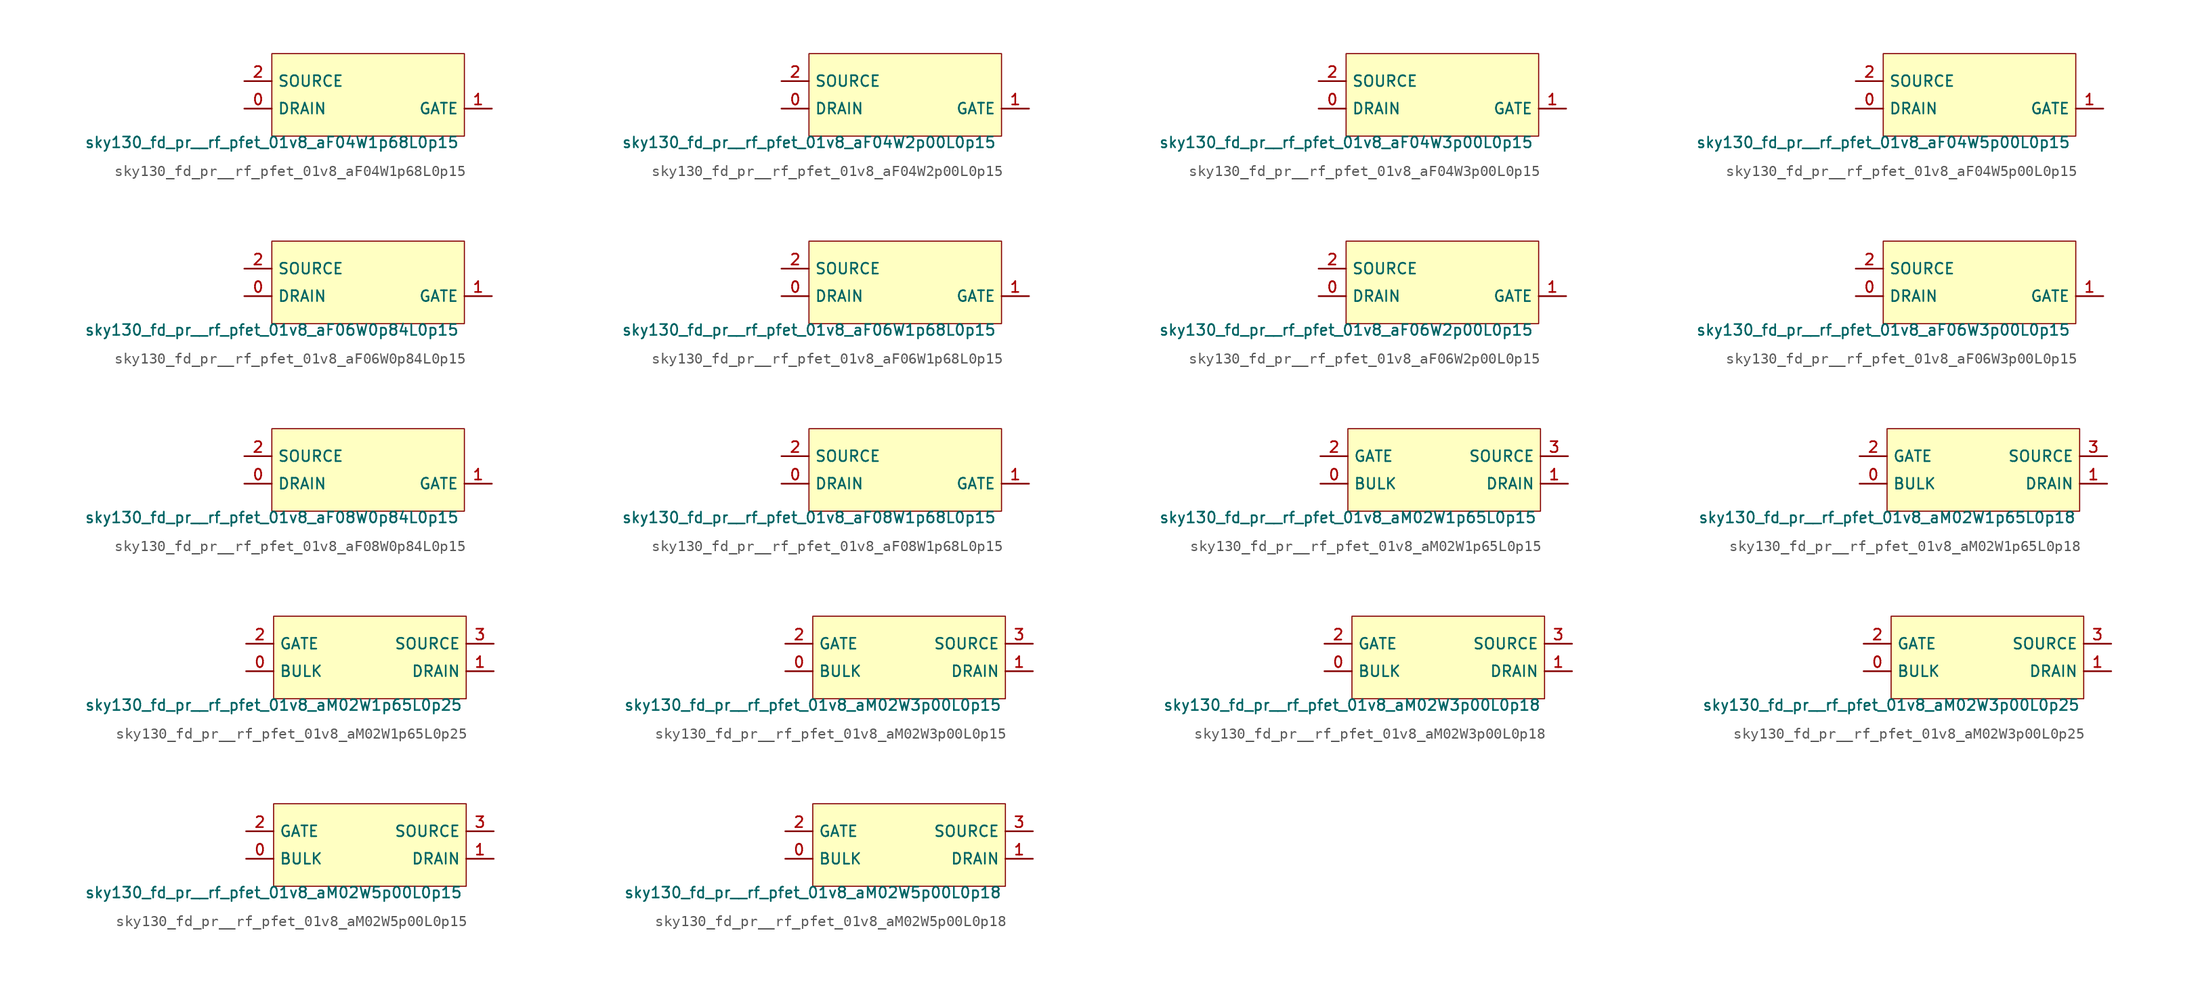
<source format=kicad_sym>
(kicad_symbol_lib
  (version 20211014)
  (generator lef2kicad_sym)
  (symbol "sky130_fd_pr__rf_pfet_01v8_aF04W1p68L0p15"
    (property "Reference" "X"
      (at 0 0 0)
      (effects (font (size 1 1)) hide))
    (property "Value" "sky130_fd_pr__rf_pfet_01v8_aF04W1p68L0p15"
      (at -8.89 -3.81 0)
      (effects (font (size 1 1)) (justify top)))
    (rectangle
      (start -8.89 -3.81)
      (end 8.89 3.81)
      (stroke (width 0.1) (type solid) (color 0 0 0 0))
      (fill (type background)))
    (pin bidirectional line
      (at -11.43 -1.27 0)
      (length 2.54)
      (name "DRAIN" (effects (font (size 1 1)) hide))
      (number "0" (effects (font (size 1 1)) hide)))
    (pin bidirectional line
      (at 11.43 -1.27 180)
      (length 2.54)
      (name "GATE" (effects (font (size 1 1)) hide))
      (number "1" (effects (font (size 1 1)) hide)))
    (pin bidirectional line
      (at -11.43 1.27 0)
      (length 2.54)
      (name "SOURCE" (effects (font (size 1 1)) hide))
      (number "2" (effects (font (size 1 1)) hide))))
  (symbol "sky130_fd_pr__rf_pfet_01v8_aF04W2p00L0p15"
    (property "Reference" "X"
      (at 0 0 0)
      (effects (font (size 1 1)) hide))
    (property "Value" "sky130_fd_pr__rf_pfet_01v8_aF04W2p00L0p15"
      (at -8.89 -3.81 0)
      (effects (font (size 1 1)) (justify top)))
    (rectangle
      (start -8.89 -3.81)
      (end 8.89 3.81)
      (stroke (width 0.1) (type solid) (color 0 0 0 0))
      (fill (type background)))
    (pin bidirectional line
      (at -11.43 -1.27 0)
      (length 2.54)
      (name "DRAIN" (effects (font (size 1 1)) hide))
      (number "0" (effects (font (size 1 1)) hide)))
    (pin bidirectional line
      (at 11.43 -1.27 180)
      (length 2.54)
      (name "GATE" (effects (font (size 1 1)) hide))
      (number "1" (effects (font (size 1 1)) hide)))
    (pin bidirectional line
      (at -11.43 1.27 0)
      (length 2.54)
      (name "SOURCE" (effects (font (size 1 1)) hide))
      (number "2" (effects (font (size 1 1)) hide))))
  (symbol "sky130_fd_pr__rf_pfet_01v8_aF04W3p00L0p15"
    (property "Reference" "X"
      (at 0 0 0)
      (effects (font (size 1 1)) hide))
    (property "Value" "sky130_fd_pr__rf_pfet_01v8_aF04W3p00L0p15"
      (at -8.89 -3.81 0)
      (effects (font (size 1 1)) (justify top)))
    (rectangle
      (start -8.89 -3.81)
      (end 8.89 3.81)
      (stroke (width 0.1) (type solid) (color 0 0 0 0))
      (fill (type background)))
    (pin bidirectional line
      (at -11.43 -1.27 0)
      (length 2.54)
      (name "DRAIN" (effects (font (size 1 1)) hide))
      (number "0" (effects (font (size 1 1)) hide)))
    (pin bidirectional line
      (at 11.43 -1.27 180)
      (length 2.54)
      (name "GATE" (effects (font (size 1 1)) hide))
      (number "1" (effects (font (size 1 1)) hide)))
    (pin bidirectional line
      (at -11.43 1.27 0)
      (length 2.54)
      (name "SOURCE" (effects (font (size 1 1)) hide))
      (number "2" (effects (font (size 1 1)) hide))))
  (symbol "sky130_fd_pr__rf_pfet_01v8_aF04W5p00L0p15"
    (property "Reference" "X"
      (at 0 0 0)
      (effects (font (size 1 1)) hide))
    (property "Value" "sky130_fd_pr__rf_pfet_01v8_aF04W5p00L0p15"
      (at -8.89 -3.81 0)
      (effects (font (size 1 1)) (justify top)))
    (rectangle
      (start -8.89 -3.81)
      (end 8.89 3.81)
      (stroke (width 0.1) (type solid) (color 0 0 0 0))
      (fill (type background)))
    (pin bidirectional line
      (at -11.43 -1.27 0)
      (length 2.54)
      (name "DRAIN" (effects (font (size 1 1)) hide))
      (number "0" (effects (font (size 1 1)) hide)))
    (pin bidirectional line
      (at 11.43 -1.27 180)
      (length 2.54)
      (name "GATE" (effects (font (size 1 1)) hide))
      (number "1" (effects (font (size 1 1)) hide)))
    (pin bidirectional line
      (at -11.43 1.27 0)
      (length 2.54)
      (name "SOURCE" (effects (font (size 1 1)) hide))
      (number "2" (effects (font (size 1 1)) hide))))
  (symbol "sky130_fd_pr__rf_pfet_01v8_aF06W0p84L0p15"
    (property "Reference" "X"
      (at 0 0 0)
      (effects (font (size 1 1)) hide))
    (property "Value" "sky130_fd_pr__rf_pfet_01v8_aF06W0p84L0p15"
      (at -8.89 -3.81 0)
      (effects (font (size 1 1)) (justify top)))
    (rectangle
      (start -8.89 -3.81)
      (end 8.89 3.81)
      (stroke (width 0.1) (type solid) (color 0 0 0 0))
      (fill (type background)))
    (pin bidirectional line
      (at -11.43 -1.27 0)
      (length 2.54)
      (name "DRAIN" (effects (font (size 1 1)) hide))
      (number "0" (effects (font (size 1 1)) hide)))
    (pin bidirectional line
      (at 11.43 -1.27 180)
      (length 2.54)
      (name "GATE" (effects (font (size 1 1)) hide))
      (number "1" (effects (font (size 1 1)) hide)))
    (pin bidirectional line
      (at -11.43 1.27 0)
      (length 2.54)
      (name "SOURCE" (effects (font (size 1 1)) hide))
      (number "2" (effects (font (size 1 1)) hide))))
  (symbol "sky130_fd_pr__rf_pfet_01v8_aF06W1p68L0p15"
    (property "Reference" "X"
      (at 0 0 0)
      (effects (font (size 1 1)) hide))
    (property "Value" "sky130_fd_pr__rf_pfet_01v8_aF06W1p68L0p15"
      (at -8.89 -3.81 0)
      (effects (font (size 1 1)) (justify top)))
    (rectangle
      (start -8.89 -3.81)
      (end 8.89 3.81)
      (stroke (width 0.1) (type solid) (color 0 0 0 0))
      (fill (type background)))
    (pin bidirectional line
      (at -11.43 -1.27 0)
      (length 2.54)
      (name "DRAIN" (effects (font (size 1 1)) hide))
      (number "0" (effects (font (size 1 1)) hide)))
    (pin bidirectional line
      (at 11.43 -1.27 180)
      (length 2.54)
      (name "GATE" (effects (font (size 1 1)) hide))
      (number "1" (effects (font (size 1 1)) hide)))
    (pin bidirectional line
      (at -11.43 1.27 0)
      (length 2.54)
      (name "SOURCE" (effects (font (size 1 1)) hide))
      (number "2" (effects (font (size 1 1)) hide))))
  (symbol "sky130_fd_pr__rf_pfet_01v8_aF06W2p00L0p15"
    (property "Reference" "X"
      (at 0 0 0)
      (effects (font (size 1 1)) hide))
    (property "Value" "sky130_fd_pr__rf_pfet_01v8_aF06W2p00L0p15"
      (at -8.89 -3.81 0)
      (effects (font (size 1 1)) (justify top)))
    (rectangle
      (start -8.89 -3.81)
      (end 8.89 3.81)
      (stroke (width 0.1) (type solid) (color 0 0 0 0))
      (fill (type background)))
    (pin bidirectional line
      (at -11.43 -1.27 0)
      (length 2.54)
      (name "DRAIN" (effects (font (size 1 1)) hide))
      (number "0" (effects (font (size 1 1)) hide)))
    (pin bidirectional line
      (at 11.43 -1.27 180)
      (length 2.54)
      (name "GATE" (effects (font (size 1 1)) hide))
      (number "1" (effects (font (size 1 1)) hide)))
    (pin bidirectional line
      (at -11.43 1.27 0)
      (length 2.54)
      (name "SOURCE" (effects (font (size 1 1)) hide))
      (number "2" (effects (font (size 1 1)) hide))))
  (symbol "sky130_fd_pr__rf_pfet_01v8_aF06W3p00L0p15"
    (property "Reference" "X"
      (at 0 0 0)
      (effects (font (size 1 1)) hide))
    (property "Value" "sky130_fd_pr__rf_pfet_01v8_aF06W3p00L0p15"
      (at -8.89 -3.81 0)
      (effects (font (size 1 1)) (justify top)))
    (rectangle
      (start -8.89 -3.81)
      (end 8.89 3.81)
      (stroke (width 0.1) (type solid) (color 0 0 0 0))
      (fill (type background)))
    (pin bidirectional line
      (at -11.43 -1.27 0)
      (length 2.54)
      (name "DRAIN" (effects (font (size 1 1)) hide))
      (number "0" (effects (font (size 1 1)) hide)))
    (pin bidirectional line
      (at 11.43 -1.27 180)
      (length 2.54)
      (name "GATE" (effects (font (size 1 1)) hide))
      (number "1" (effects (font (size 1 1)) hide)))
    (pin bidirectional line
      (at -11.43 1.27 0)
      (length 2.54)
      (name "SOURCE" (effects (font (size 1 1)) hide))
      (number "2" (effects (font (size 1 1)) hide))))
  (symbol "sky130_fd_pr__rf_pfet_01v8_aF08W0p84L0p15"
    (property "Reference" "X"
      (at 0 0 0)
      (effects (font (size 1 1)) hide))
    (property "Value" "sky130_fd_pr__rf_pfet_01v8_aF08W0p84L0p15"
      (at -8.89 -3.81 0)
      (effects (font (size 1 1)) (justify top)))
    (rectangle
      (start -8.89 -3.81)
      (end 8.89 3.81)
      (stroke (width 0.1) (type solid) (color 0 0 0 0))
      (fill (type background)))
    (pin bidirectional line
      (at -11.43 -1.27 0)
      (length 2.54)
      (name "DRAIN" (effects (font (size 1 1)) hide))
      (number "0" (effects (font (size 1 1)) hide)))
    (pin bidirectional line
      (at 11.43 -1.27 180)
      (length 2.54)
      (name "GATE" (effects (font (size 1 1)) hide))
      (number "1" (effects (font (size 1 1)) hide)))
    (pin bidirectional line
      (at -11.43 1.27 0)
      (length 2.54)
      (name "SOURCE" (effects (font (size 1 1)) hide))
      (number "2" (effects (font (size 1 1)) hide))))
  (symbol "sky130_fd_pr__rf_pfet_01v8_aF08W1p68L0p15"
    (property "Reference" "X"
      (at 0 0 0)
      (effects (font (size 1 1)) hide))
    (property "Value" "sky130_fd_pr__rf_pfet_01v8_aF08W1p68L0p15"
      (at -8.89 -3.81 0)
      (effects (font (size 1 1)) (justify top)))
    (rectangle
      (start -8.89 -3.81)
      (end 8.89 3.81)
      (stroke (width 0.1) (type solid) (color 0 0 0 0))
      (fill (type background)))
    (pin bidirectional line
      (at -11.43 -1.27 0)
      (length 2.54)
      (name "DRAIN" (effects (font (size 1 1)) hide))
      (number "0" (effects (font (size 1 1)) hide)))
    (pin bidirectional line
      (at 11.43 -1.27 180)
      (length 2.54)
      (name "GATE" (effects (font (size 1 1)) hide))
      (number "1" (effects (font (size 1 1)) hide)))
    (pin bidirectional line
      (at -11.43 1.27 0)
      (length 2.54)
      (name "SOURCE" (effects (font (size 1 1)) hide))
      (number "2" (effects (font (size 1 1)) hide))))
  (symbol "sky130_fd_pr__rf_pfet_01v8_aM02W1p65L0p15"
    (property "Reference" "X"
      (at 0 0 0)
      (effects (font (size 1 1)) hide))
    (property "Value" "sky130_fd_pr__rf_pfet_01v8_aM02W1p65L0p15"
      (at -8.89 -3.81 0)
      (effects (font (size 1 1)) (justify top)))
    (rectangle
      (start -8.89 -3.81)
      (end 8.89 3.81)
      (stroke (width 0.1) (type solid) (color 0 0 0 0))
      (fill (type background)))
    (pin bidirectional line
      (at -11.43 -1.27 0)
      (length 2.54)
      (name "BULK" (effects (font (size 1 1)) hide))
      (number "0" (effects (font (size 1 1)) hide)))
    (pin bidirectional line
      (at 11.43 -1.27 180)
      (length 2.54)
      (name "DRAIN" (effects (font (size 1 1)) hide))
      (number "1" (effects (font (size 1 1)) hide)))
    (pin bidirectional line
      (at -11.43 1.27 0)
      (length 2.54)
      (name "GATE" (effects (font (size 1 1)) hide))
      (number "2" (effects (font (size 1 1)) hide)))
    (pin bidirectional line
      (at 11.43 1.27 180)
      (length 2.54)
      (name "SOURCE" (effects (font (size 1 1)) hide))
      (number "3" (effects (font (size 1 1)) hide))))
  (symbol "sky130_fd_pr__rf_pfet_01v8_aM02W1p65L0p18"
    (property "Reference" "X"
      (at 0 0 0)
      (effects (font (size 1 1)) hide))
    (property "Value" "sky130_fd_pr__rf_pfet_01v8_aM02W1p65L0p18"
      (at -8.89 -3.81 0)
      (effects (font (size 1 1)) (justify top)))
    (rectangle
      (start -8.89 -3.81)
      (end 8.89 3.81)
      (stroke (width 0.1) (type solid) (color 0 0 0 0))
      (fill (type background)))
    (pin bidirectional line
      (at -11.43 -1.27 0)
      (length 2.54)
      (name "BULK" (effects (font (size 1 1)) hide))
      (number "0" (effects (font (size 1 1)) hide)))
    (pin bidirectional line
      (at 11.43 -1.27 180)
      (length 2.54)
      (name "DRAIN" (effects (font (size 1 1)) hide))
      (number "1" (effects (font (size 1 1)) hide)))
    (pin bidirectional line
      (at -11.43 1.27 0)
      (length 2.54)
      (name "GATE" (effects (font (size 1 1)) hide))
      (number "2" (effects (font (size 1 1)) hide)))
    (pin bidirectional line
      (at 11.43 1.27 180)
      (length 2.54)
      (name "SOURCE" (effects (font (size 1 1)) hide))
      (number "3" (effects (font (size 1 1)) hide))))
  (symbol "sky130_fd_pr__rf_pfet_01v8_aM02W1p65L0p25"
    (property "Reference" "X"
      (at 0 0 0)
      (effects (font (size 1 1)) hide))
    (property "Value" "sky130_fd_pr__rf_pfet_01v8_aM02W1p65L0p25"
      (at -8.89 -3.81 0)
      (effects (font (size 1 1)) (justify top)))
    (rectangle
      (start -8.89 -3.81)
      (end 8.89 3.81)
      (stroke (width 0.1) (type solid) (color 0 0 0 0))
      (fill (type background)))
    (pin bidirectional line
      (at -11.43 -1.27 0)
      (length 2.54)
      (name "BULK" (effects (font (size 1 1)) hide))
      (number "0" (effects (font (size 1 1)) hide)))
    (pin bidirectional line
      (at 11.43 -1.27 180)
      (length 2.54)
      (name "DRAIN" (effects (font (size 1 1)) hide))
      (number "1" (effects (font (size 1 1)) hide)))
    (pin bidirectional line
      (at -11.43 1.27 0)
      (length 2.54)
      (name "GATE" (effects (font (size 1 1)) hide))
      (number "2" (effects (font (size 1 1)) hide)))
    (pin bidirectional line
      (at 11.43 1.27 180)
      (length 2.54)
      (name "SOURCE" (effects (font (size 1 1)) hide))
      (number "3" (effects (font (size 1 1)) hide))))
  (symbol "sky130_fd_pr__rf_pfet_01v8_aM02W3p00L0p15"
    (property "Reference" "X"
      (at 0 0 0)
      (effects (font (size 1 1)) hide))
    (property "Value" "sky130_fd_pr__rf_pfet_01v8_aM02W3p00L0p15"
      (at -8.89 -3.81 0)
      (effects (font (size 1 1)) (justify top)))
    (rectangle
      (start -8.89 -3.81)
      (end 8.89 3.81)
      (stroke (width 0.1) (type solid) (color 0 0 0 0))
      (fill (type background)))
    (pin bidirectional line
      (at -11.43 -1.27 0)
      (length 2.54)
      (name "BULK" (effects (font (size 1 1)) hide))
      (number "0" (effects (font (size 1 1)) hide)))
    (pin bidirectional line
      (at 11.43 -1.27 180)
      (length 2.54)
      (name "DRAIN" (effects (font (size 1 1)) hide))
      (number "1" (effects (font (size 1 1)) hide)))
    (pin bidirectional line
      (at -11.43 1.27 0)
      (length 2.54)
      (name "GATE" (effects (font (size 1 1)) hide))
      (number "2" (effects (font (size 1 1)) hide)))
    (pin bidirectional line
      (at 11.43 1.27 180)
      (length 2.54)
      (name "SOURCE" (effects (font (size 1 1)) hide))
      (number "3" (effects (font (size 1 1)) hide))))
  (symbol "sky130_fd_pr__rf_pfet_01v8_aM02W3p00L0p18"
    (property "Reference" "X"
      (at 0 0 0)
      (effects (font (size 1 1)) hide))
    (property "Value" "sky130_fd_pr__rf_pfet_01v8_aM02W3p00L0p18"
      (at -8.89 -3.81 0)
      (effects (font (size 1 1)) (justify top)))
    (rectangle
      (start -8.89 -3.81)
      (end 8.89 3.81)
      (stroke (width 0.1) (type solid) (color 0 0 0 0))
      (fill (type background)))
    (pin bidirectional line
      (at -11.43 -1.27 0)
      (length 2.54)
      (name "BULK" (effects (font (size 1 1)) hide))
      (number "0" (effects (font (size 1 1)) hide)))
    (pin bidirectional line
      (at 11.43 -1.27 180)
      (length 2.54)
      (name "DRAIN" (effects (font (size 1 1)) hide))
      (number "1" (effects (font (size 1 1)) hide)))
    (pin bidirectional line
      (at -11.43 1.27 0)
      (length 2.54)
      (name "GATE" (effects (font (size 1 1)) hide))
      (number "2" (effects (font (size 1 1)) hide)))
    (pin bidirectional line
      (at 11.43 1.27 180)
      (length 2.54)
      (name "SOURCE" (effects (font (size 1 1)) hide))
      (number "3" (effects (font (size 1 1)) hide))))
  (symbol "sky130_fd_pr__rf_pfet_01v8_aM02W3p00L0p25"
    (property "Reference" "X"
      (at 0 0 0)
      (effects (font (size 1 1)) hide))
    (property "Value" "sky130_fd_pr__rf_pfet_01v8_aM02W3p00L0p25"
      (at -8.89 -3.81 0)
      (effects (font (size 1 1)) (justify top)))
    (rectangle
      (start -8.89 -3.81)
      (end 8.89 3.81)
      (stroke (width 0.1) (type solid) (color 0 0 0 0))
      (fill (type background)))
    (pin bidirectional line
      (at -11.43 -1.27 0)
      (length 2.54)
      (name "BULK" (effects (font (size 1 1)) hide))
      (number "0" (effects (font (size 1 1)) hide)))
    (pin bidirectional line
      (at 11.43 -1.27 180)
      (length 2.54)
      (name "DRAIN" (effects (font (size 1 1)) hide))
      (number "1" (effects (font (size 1 1)) hide)))
    (pin bidirectional line
      (at -11.43 1.27 0)
      (length 2.54)
      (name "GATE" (effects (font (size 1 1)) hide))
      (number "2" (effects (font (size 1 1)) hide)))
    (pin bidirectional line
      (at 11.43 1.27 180)
      (length 2.54)
      (name "SOURCE" (effects (font (size 1 1)) hide))
      (number "3" (effects (font (size 1 1)) hide))))
  (symbol "sky130_fd_pr__rf_pfet_01v8_aM02W5p00L0p15"
    (property "Reference" "X"
      (at 0 0 0)
      (effects (font (size 1 1)) hide))
    (property "Value" "sky130_fd_pr__rf_pfet_01v8_aM02W5p00L0p15"
      (at -8.89 -3.81 0)
      (effects (font (size 1 1)) (justify top)))
    (rectangle
      (start -8.89 -3.81)
      (end 8.89 3.81)
      (stroke (width 0.1) (type solid) (color 0 0 0 0))
      (fill (type background)))
    (pin bidirectional line
      (at -11.43 -1.27 0)
      (length 2.54)
      (name "BULK" (effects (font (size 1 1)) hide))
      (number "0" (effects (font (size 1 1)) hide)))
    (pin bidirectional line
      (at 11.43 -1.27 180)
      (length 2.54)
      (name "DRAIN" (effects (font (size 1 1)) hide))
      (number "1" (effects (font (size 1 1)) hide)))
    (pin bidirectional line
      (at -11.43 1.27 0)
      (length 2.54)
      (name "GATE" (effects (font (size 1 1)) hide))
      (number "2" (effects (font (size 1 1)) hide)))
    (pin bidirectional line
      (at 11.43 1.27 180)
      (length 2.54)
      (name "SOURCE" (effects (font (size 1 1)) hide))
      (number "3" (effects (font (size 1 1)) hide))))
  (symbol "sky130_fd_pr__rf_pfet_01v8_aM02W5p00L0p18"
    (property "Reference" "X"
      (at 0 0 0)
      (effects (font (size 1 1)) hide))
    (property "Value" "sky130_fd_pr__rf_pfet_01v8_aM02W5p00L0p18"
      (at -8.89 -3.81 0)
      (effects (font (size 1 1)) (justify top)))
    (rectangle
      (start -8.89 -3.81)
      (end 8.89 3.81)
      (stroke (width 0.1) (type solid) (color 0 0 0 0))
      (fill (type background)))
    (pin bidirectional line
      (at -11.43 -1.27 0)
      (length 2.54)
      (name "BULK" (effects (font (size 1 1)) hide))
      (number "0" (effects (font (size 1 1)) hide)))
    (pin bidirectional line
      (at 11.43 -1.27 180)
      (length 2.54)
      (name "DRAIN" (effects (font (size 1 1)) hide))
      (number "1" (effects (font (size 1 1)) hide)))
    (pin bidirectional line
      (at -11.43 1.27 0)
      (length 2.54)
      (name "GATE" (effects (font (size 1 1)) hide))
      (number "2" (effects (font (size 1 1)) hide)))
    (pin bidirectional line
      (at 11.43 1.27 180)
      (length 2.54)
      (name "SOURCE" (effects (font (size 1 1)) hide))
      (number "3" (effects (font (size 1 1)) hide)))))
</source>
